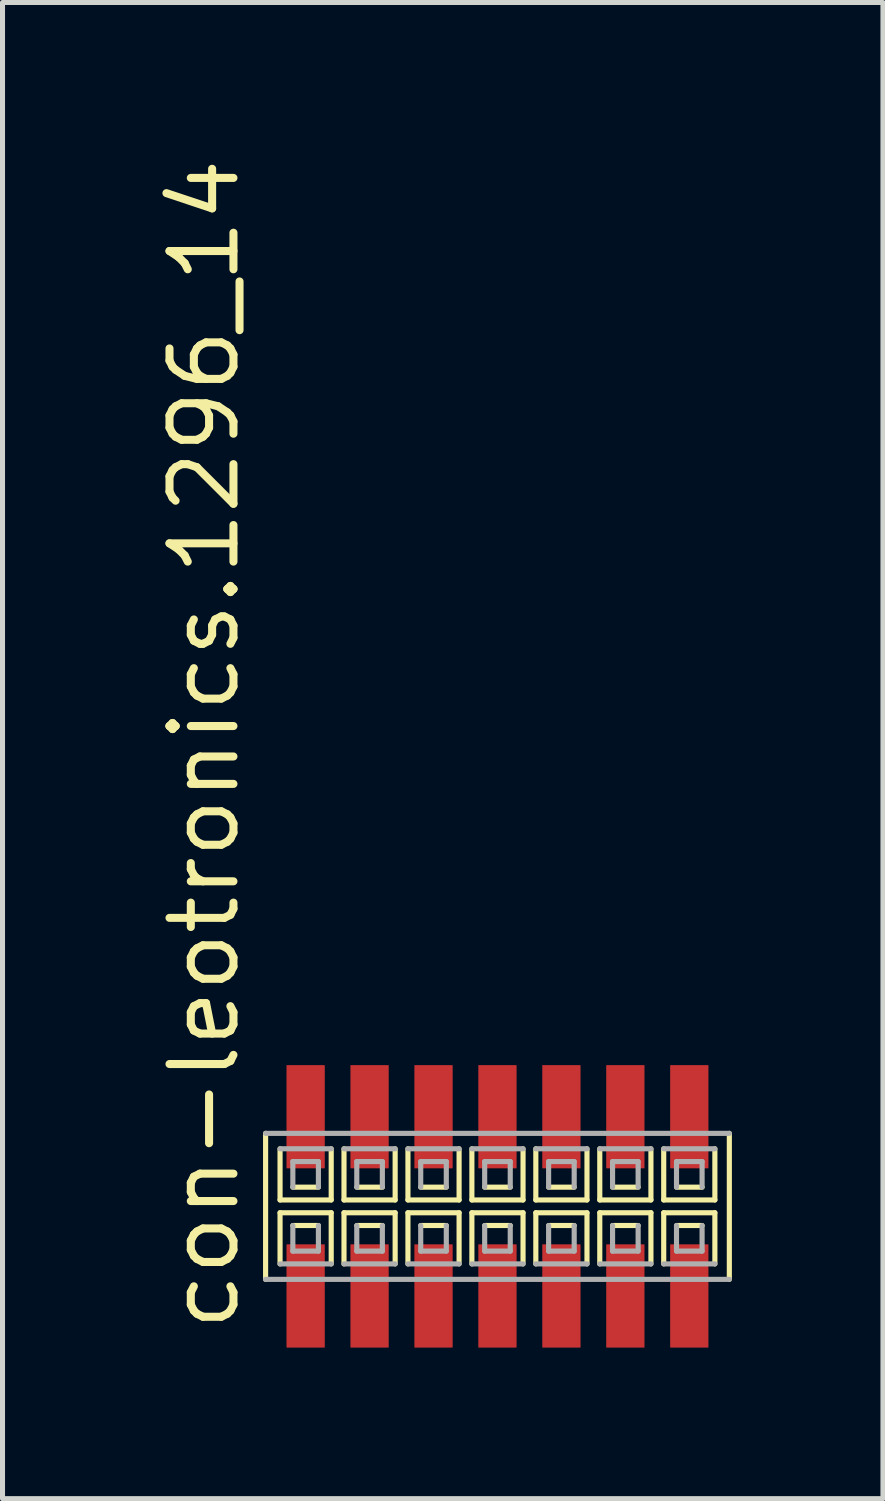
<source format=kicad_pcb>
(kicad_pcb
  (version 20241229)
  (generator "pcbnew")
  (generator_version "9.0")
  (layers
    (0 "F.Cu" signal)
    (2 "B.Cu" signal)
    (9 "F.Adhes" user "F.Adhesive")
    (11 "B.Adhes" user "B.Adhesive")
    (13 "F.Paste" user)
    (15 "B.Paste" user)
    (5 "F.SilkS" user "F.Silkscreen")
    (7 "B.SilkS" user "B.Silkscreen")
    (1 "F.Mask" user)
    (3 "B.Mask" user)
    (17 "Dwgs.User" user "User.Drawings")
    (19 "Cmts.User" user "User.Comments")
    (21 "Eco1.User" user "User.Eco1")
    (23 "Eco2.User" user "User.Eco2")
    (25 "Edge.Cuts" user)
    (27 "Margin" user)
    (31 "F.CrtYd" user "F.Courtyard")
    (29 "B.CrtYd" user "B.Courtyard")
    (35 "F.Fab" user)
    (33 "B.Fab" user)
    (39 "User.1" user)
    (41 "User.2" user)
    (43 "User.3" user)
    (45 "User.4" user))
  (footprint "con-leotronics.1296_14"
    (layer "F.Cu")
    (at 6.83 20.909)
    (property "Reference" "con-leotronics.1296_14" (at -5.08 2.54 90) (layer "F.SilkS") (effects (font (size 1.27 1.27) (thickness 0.16)) (justify left bottom)))
    (attr smd)
    (fp_line (start -4.605 -1.45) (end -4.605 1.45) (stroke (width 0.102) (type default)) (layer "F.SilkS"))
    (fp_line (start -4.318 -1.143) (end -4.318 -0.127) (stroke (width 0.102) (type default)) (layer "F.SilkS"))
    (fp_line (start -4.318 -0.127) (end -3.302 -0.127) (stroke (width 0.102) (type default)) (layer "F.SilkS"))
    (fp_line (start -4.318 0.127) (end -4.318 1.143) (stroke (width 0.102) (type default)) (layer "F.SilkS"))
    (fp_line (start -4.064 -0.381) (end -3.556 -0.381) (stroke (width 0.102) (type default)) (layer "F.SilkS"))
    (fp_line (start -3.556 0.381) (end -4.064 0.381) (stroke (width 0.102) (type default)) (layer "F.SilkS"))
    (fp_line (start -3.302 -0.127) (end -3.302 -1.143) (stroke (width 0.102) (type default)) (layer "F.SilkS"))
    (fp_line (start -3.302 0.127) (end -4.318 0.127) (stroke (width 0.102) (type default)) (layer "F.SilkS"))
    (fp_line (start -3.302 1.143) (end -3.302 0.127) (stroke (width 0.102) (type default)) (layer "F.SilkS"))
    (fp_line (start -3.048 -1.143) (end -3.048 -0.127) (stroke (width 0.102) (type default)) (layer "F.SilkS"))
    (fp_line (start -3.048 -0.127) (end -2.032 -0.127) (stroke (width 0.102) (type default)) (layer "F.SilkS"))
    (fp_line (start -3.048 0.127) (end -3.048 1.143) (stroke (width 0.102) (type default)) (layer "F.SilkS"))
    (fp_line (start -2.794 -0.381) (end -2.286 -0.381) (stroke (width 0.102) (type default)) (layer "F.SilkS"))
    (fp_line (start -2.286 0.381) (end -2.794 0.381) (stroke (width 0.102) (type default)) (layer "F.SilkS"))
    (fp_line (start -2.032 -0.127) (end -2.032 -1.143) (stroke (width 0.102) (type default)) (layer "F.SilkS"))
    (fp_line (start -2.032 0.127) (end -3.048 0.127) (stroke (width 0.102) (type default)) (layer "F.SilkS"))
    (fp_line (start -2.032 1.143) (end -2.032 0.127) (stroke (width 0.102) (type default)) (layer "F.SilkS"))
    (fp_line (start -1.778 -1.143) (end -1.778 -0.127) (stroke (width 0.102) (type default)) (layer "F.SilkS"))
    (fp_line (start -1.778 -0.127) (end -0.762 -0.127) (stroke (width 0.102) (type default)) (layer "F.SilkS"))
    (fp_line (start -1.778 0.127) (end -1.778 1.143) (stroke (width 0.102) (type default)) (layer "F.SilkS"))
    (fp_line (start -1.524 -0.381) (end -1.016 -0.381) (stroke (width 0.102) (type default)) (layer "F.SilkS"))
    (fp_line (start -1.016 0.381) (end -1.524 0.381) (stroke (width 0.102) (type default)) (layer "F.SilkS"))
    (fp_line (start -0.762 -0.127) (end -0.762 -1.143) (stroke (width 0.102) (type default)) (layer "F.SilkS"))
    (fp_line (start -0.762 0.127) (end -1.778 0.127) (stroke (width 0.102) (type default)) (layer "F.SilkS"))
    (fp_line (start -0.762 1.143) (end -0.762 0.127) (stroke (width 0.102) (type default)) (layer "F.SilkS"))
    (fp_line (start -0.508 -1.143) (end -0.508 -0.127) (stroke (width 0.102) (type default)) (layer "F.SilkS"))
    (fp_line (start -0.508 -0.127) (end 0.508 -0.127) (stroke (width 0.102) (type default)) (layer "F.SilkS"))
    (fp_line (start -0.508 0.127) (end -0.508 1.143) (stroke (width 0.102) (type default)) (layer "F.SilkS"))
    (fp_line (start -0.254 -0.381) (end 0.254 -0.381) (stroke (width 0.102) (type default)) (layer "F.SilkS"))
    (fp_line (start 0.254 0.381) (end -0.254 0.381) (stroke (width 0.102) (type default)) (layer "F.SilkS"))
    (fp_line (start 0.508 -0.127) (end 0.508 -1.143) (stroke (width 0.102) (type default)) (layer "F.SilkS"))
    (fp_line (start 0.508 0.127) (end -0.508 0.127) (stroke (width 0.102) (type default)) (layer "F.SilkS"))
    (fp_line (start 0.508 1.143) (end 0.508 0.127) (stroke (width 0.102) (type default)) (layer "F.SilkS"))
    (fp_line (start 0.762 -1.143) (end 0.762 -0.127) (stroke (width 0.102) (type default)) (layer "F.SilkS"))
    (fp_line (start 0.762 -0.127) (end 1.778 -0.127) (stroke (width 0.102) (type default)) (layer "F.SilkS"))
    (fp_line (start 0.762 0.127) (end 0.762 1.143) (stroke (width 0.102) (type default)) (layer "F.SilkS"))
    (fp_line (start 1.016 -0.381) (end 1.524 -0.381) (stroke (width 0.102) (type default)) (layer "F.SilkS"))
    (fp_line (start 1.524 0.381) (end 1.016 0.381) (stroke (width 0.102) (type default)) (layer "F.SilkS"))
    (fp_line (start 1.778 -0.127) (end 1.778 -1.143) (stroke (width 0.102) (type default)) (layer "F.SilkS"))
    (fp_line (start 1.778 0.127) (end 0.762 0.127) (stroke (width 0.102) (type default)) (layer "F.SilkS"))
    (fp_line (start 1.778 1.143) (end 1.778 0.127) (stroke (width 0.102) (type default)) (layer "F.SilkS"))
    (fp_line (start 2.032 -1.143) (end 2.032 -0.127) (stroke (width 0.102) (type default)) (layer "F.SilkS"))
    (fp_line (start 2.032 -0.127) (end 3.048 -0.127) (stroke (width 0.102) (type default)) (layer "F.SilkS"))
    (fp_line (start 2.032 0.127) (end 2.032 1.143) (stroke (width 0.102) (type default)) (layer "F.SilkS"))
    (fp_line (start 2.286 -0.381) (end 2.794 -0.381) (stroke (width 0.102) (type default)) (layer "F.SilkS"))
    (fp_line (start 2.794 0.381) (end 2.286 0.381) (stroke (width 0.102) (type default)) (layer "F.SilkS"))
    (fp_line (start 3.048 -0.127) (end 3.048 -1.143) (stroke (width 0.102) (type default)) (layer "F.SilkS"))
    (fp_line (start 3.048 0.127) (end 2.032 0.127) (stroke (width 0.102) (type default)) (layer "F.SilkS"))
    (fp_line (start 3.048 1.143) (end 3.048 0.127) (stroke (width 0.102) (type default)) (layer "F.SilkS"))
    (fp_line (start 3.302 -1.143) (end 3.302 -0.127) (stroke (width 0.102) (type default)) (layer "F.SilkS"))
    (fp_line (start 3.302 -0.127) (end 4.318 -0.127) (stroke (width 0.102) (type default)) (layer "F.SilkS"))
    (fp_line (start 3.302 0.127) (end 3.302 1.143) (stroke (width 0.102) (type default)) (layer "F.SilkS"))
    (fp_line (start 3.556 -0.381) (end 4.064 -0.381) (stroke (width 0.102) (type default)) (layer "F.SilkS"))
    (fp_line (start 4.064 0.381) (end 3.556 0.381) (stroke (width 0.102) (type default)) (layer "F.SilkS"))
    (fp_line (start 4.318 -0.127) (end 4.318 -1.143) (stroke (width 0.102) (type default)) (layer "F.SilkS"))
    (fp_line (start 4.318 0.127) (end 3.302 0.127) (stroke (width 0.102) (type default)) (layer "F.SilkS"))
    (fp_line (start 4.318 1.143) (end 4.318 0.127) (stroke (width 0.102) (type default)) (layer "F.SilkS"))
    (fp_line (start 4.605 1.45) (end 4.605 -1.45) (stroke (width 0.102) (type default)) (layer "F.SilkS"))
    (fp_line (start -4.605 1.45) (end 4.605 1.45) (stroke (width 0.102) (type default)) (layer "F.Fab"))
    (fp_line (start -4.318 1.143) (end -3.302 1.143) (stroke (width 0.102) (type default)) (layer "F.Fab"))
    (fp_line (start -4.064 -0.889) (end -4.064 -0.381) (stroke (width 0.102) (type default)) (layer "F.Fab"))
    (fp_line (start -4.064 0.381) (end -4.064 0.889) (stroke (width 0.102) (type default)) (layer "F.Fab"))
    (fp_line (start -4.064 0.889) (end -3.556 0.889) (stroke (width 0.102) (type default)) (layer "F.Fab"))
    (fp_line (start -3.556 -0.889) (end -4.064 -0.889) (stroke (width 0.102) (type default)) (layer "F.Fab"))
    (fp_line (start -3.556 -0.381) (end -3.556 -0.889) (stroke (width 0.102) (type default)) (layer "F.Fab"))
    (fp_line (start -3.556 0.889) (end -3.556 0.381) (stroke (width 0.102) (type default)) (layer "F.Fab"))
    (fp_line (start -3.302 -1.143) (end -4.318 -1.143) (stroke (width 0.102) (type default)) (layer "F.Fab"))
    (fp_line (start -3.048 1.143) (end -2.032 1.143) (stroke (width 0.102) (type default)) (layer "F.Fab"))
    (fp_line (start -2.794 -0.889) (end -2.794 -0.381) (stroke (width 0.102) (type default)) (layer "F.Fab"))
    (fp_line (start -2.794 0.381) (end -2.794 0.889) (stroke (width 0.102) (type default)) (layer "F.Fab"))
    (fp_line (start -2.794 0.889) (end -2.286 0.889) (stroke (width 0.102) (type default)) (layer "F.Fab"))
    (fp_line (start -2.286 -0.889) (end -2.794 -0.889) (stroke (width 0.102) (type default)) (layer "F.Fab"))
    (fp_line (start -2.286 -0.381) (end -2.286 -0.889) (stroke (width 0.102) (type default)) (layer "F.Fab"))
    (fp_line (start -2.286 0.889) (end -2.286 0.381) (stroke (width 0.102) (type default)) (layer "F.Fab"))
    (fp_line (start -2.032 -1.143) (end -3.048 -1.143) (stroke (width 0.102) (type default)) (layer "F.Fab"))
    (fp_line (start -1.778 1.143) (end -0.762 1.143) (stroke (width 0.102) (type default)) (layer "F.Fab"))
    (fp_line (start -1.524 -0.889) (end -1.524 -0.381) (stroke (width 0.102) (type default)) (layer "F.Fab"))
    (fp_line (start -1.524 0.381) (end -1.524 0.889) (stroke (width 0.102) (type default)) (layer "F.Fab"))
    (fp_line (start -1.524 0.889) (end -1.016 0.889) (stroke (width 0.102) (type default)) (layer "F.Fab"))
    (fp_line (start -1.016 -0.889) (end -1.524 -0.889) (stroke (width 0.102) (type default)) (layer "F.Fab"))
    (fp_line (start -1.016 -0.381) (end -1.016 -0.889) (stroke (width 0.102) (type default)) (layer "F.Fab"))
    (fp_line (start -1.016 0.889) (end -1.016 0.381) (stroke (width 0.102) (type default)) (layer "F.Fab"))
    (fp_line (start -0.762 -1.143) (end -1.778 -1.143) (stroke (width 0.102) (type default)) (layer "F.Fab"))
    (fp_line (start -0.508 1.143) (end 0.508 1.143) (stroke (width 0.102) (type default)) (layer "F.Fab"))
    (fp_line (start -0.254 -0.889) (end -0.254 -0.381) (stroke (width 0.102) (type default)) (layer "F.Fab"))
    (fp_line (start -0.254 0.381) (end -0.254 0.889) (stroke (width 0.102) (type default)) (layer "F.Fab"))
    (fp_line (start -0.254 0.889) (end 0.254 0.889) (stroke (width 0.102) (type default)) (layer "F.Fab"))
    (fp_line (start 0.254 -0.889) (end -0.254 -0.889) (stroke (width 0.102) (type default)) (layer "F.Fab"))
    (fp_line (start 0.254 -0.381) (end 0.254 -0.889) (stroke (width 0.102) (type default)) (layer "F.Fab"))
    (fp_line (start 0.254 0.889) (end 0.254 0.381) (stroke (width 0.102) (type default)) (layer "F.Fab"))
    (fp_line (start 0.508 -1.143) (end -0.508 -1.143) (stroke (width 0.102) (type default)) (layer "F.Fab"))
    (fp_line (start 0.762 1.143) (end 1.778 1.143) (stroke (width 0.102) (type default)) (layer "F.Fab"))
    (fp_line (start 1.016 -0.889) (end 1.016 -0.381) (stroke (width 0.102) (type default)) (layer "F.Fab"))
    (fp_line (start 1.016 0.381) (end 1.016 0.889) (stroke (width 0.102) (type default)) (layer "F.Fab"))
    (fp_line (start 1.016 0.889) (end 1.524 0.889) (stroke (width 0.102) (type default)) (layer "F.Fab"))
    (fp_line (start 1.524 -0.889) (end 1.016 -0.889) (stroke (width 0.102) (type default)) (layer "F.Fab"))
    (fp_line (start 1.524 -0.381) (end 1.524 -0.889) (stroke (width 0.102) (type default)) (layer "F.Fab"))
    (fp_line (start 1.524 0.889) (end 1.524 0.381) (stroke (width 0.102) (type default)) (layer "F.Fab"))
    (fp_line (start 1.778 -1.143) (end 0.762 -1.143) (stroke (width 0.102) (type default)) (layer "F.Fab"))
    (fp_line (start 2.032 1.143) (end 3.048 1.143) (stroke (width 0.102) (type default)) (layer "F.Fab"))
    (fp_line (start 2.286 -0.889) (end 2.286 -0.381) (stroke (width 0.102) (type default)) (layer "F.Fab"))
    (fp_line (start 2.286 0.381) (end 2.286 0.889) (stroke (width 0.102) (type default)) (layer "F.Fab"))
    (fp_line (start 2.286 0.889) (end 2.794 0.889) (stroke (width 0.102) (type default)) (layer "F.Fab"))
    (fp_line (start 2.794 -0.889) (end 2.286 -0.889) (stroke (width 0.102) (type default)) (layer "F.Fab"))
    (fp_line (start 2.794 -0.381) (end 2.794 -0.889) (stroke (width 0.102) (type default)) (layer "F.Fab"))
    (fp_line (start 2.794 0.889) (end 2.794 0.381) (stroke (width 0.102) (type default)) (layer "F.Fab"))
    (fp_line (start 3.048 -1.143) (end 2.032 -1.143) (stroke (width 0.102) (type default)) (layer "F.Fab"))
    (fp_line (start 3.302 1.143) (end 4.318 1.143) (stroke (width 0.102) (type default)) (layer "F.Fab"))
    (fp_line (start 3.556 -0.889) (end 3.556 -0.381) (stroke (width 0.102) (type default)) (layer "F.Fab"))
    (fp_line (start 3.556 0.381) (end 3.556 0.889) (stroke (width 0.102) (type default)) (layer "F.Fab"))
    (fp_line (start 3.556 0.889) (end 4.064 0.889) (stroke (width 0.102) (type default)) (layer "F.Fab"))
    (fp_line (start 4.064 -0.889) (end 3.556 -0.889) (stroke (width 0.102) (type default)) (layer "F.Fab"))
    (fp_line (start 4.064 -0.381) (end 4.064 -0.889) (stroke (width 0.102) (type default)) (layer "F.Fab"))
    (fp_line (start 4.064 0.889) (end 4.064 0.381) (stroke (width 0.102) (type default)) (layer "F.Fab"))
    (fp_line (start 4.318 -1.143) (end 3.302 -1.143) (stroke (width 0.102) (type default)) (layer "F.Fab"))
    (fp_line (start 4.605 -1.45) (end -4.605 -1.45) (stroke (width 0.102) (type default)) (layer "F.Fab"))
    (pad "1" smd roundrect (at -3.81 1.78) (size 0.76 2.05) (layers "F.Cu" "F.Mask" "F.Paste") (roundrect_rratio 0.01))
    (pad "2" smd roundrect (at -3.81 -1.78) (size 0.76 2.05) (layers "F.Cu" "F.Mask" "F.Paste") (roundrect_rratio 0.01))
    (pad "3" smd roundrect (at -2.54 1.78) (size 0.76 2.05) (layers "F.Cu" "F.Mask" "F.Paste") (roundrect_rratio 0.01))
    (pad "4" smd roundrect (at -2.54 -1.78) (size 0.76 2.05) (layers "F.Cu" "F.Mask" "F.Paste") (roundrect_rratio 0.01))
    (pad "5" smd roundrect (at -1.27 1.78) (size 0.76 2.05) (layers "F.Cu" "F.Mask" "F.Paste") (roundrect_rratio 0.01))
    (pad "6" smd roundrect (at -1.27 -1.78) (size 0.76 2.05) (layers "F.Cu" "F.Mask" "F.Paste") (roundrect_rratio 0.01))
    (pad "7" smd roundrect (at 0 1.78) (size 0.76 2.05) (layers "F.Cu" "F.Mask" "F.Paste") (roundrect_rratio 0.01))
    (pad "8" smd roundrect (at 0 -1.78) (size 0.76 2.05) (layers "F.Cu" "F.Mask" "F.Paste") (roundrect_rratio 0.01))
    (pad "9" smd roundrect (at 1.27 1.78) (size 0.76 2.05) (layers "F.Cu" "F.Mask" "F.Paste") (roundrect_rratio 0.01))
    (pad "10" smd roundrect (at 1.27 -1.78) (size 0.76 2.05) (layers "F.Cu" "F.Mask" "F.Paste") (roundrect_rratio 0.01))
    (pad "11" smd roundrect (at 2.54 1.78) (size 0.76 2.05) (layers "F.Cu" "F.Mask" "F.Paste") (roundrect_rratio 0.01))
    (pad "12" smd roundrect (at 2.54 -1.78) (size 0.76 2.05) (layers "F.Cu" "F.Mask" "F.Paste") (roundrect_rratio 0.01))
    (pad "13" smd roundrect (at 3.81 1.78) (size 0.76 2.05) (layers "F.Cu" "F.Mask" "F.Paste") (roundrect_rratio 0.01))
    (pad "14" smd roundrect (at 3.81 -1.78) (size 0.76 2.05) (layers "F.Cu" "F.Mask" "F.Paste") (roundrect_rratio 0.01)))
  (gr_rect
    (start -3 -3)
    (end 14.486 26.714)
    (stroke (width 0.1) (type default))
    (fill no)
    (layer "Edge.Cuts")))
</source>
